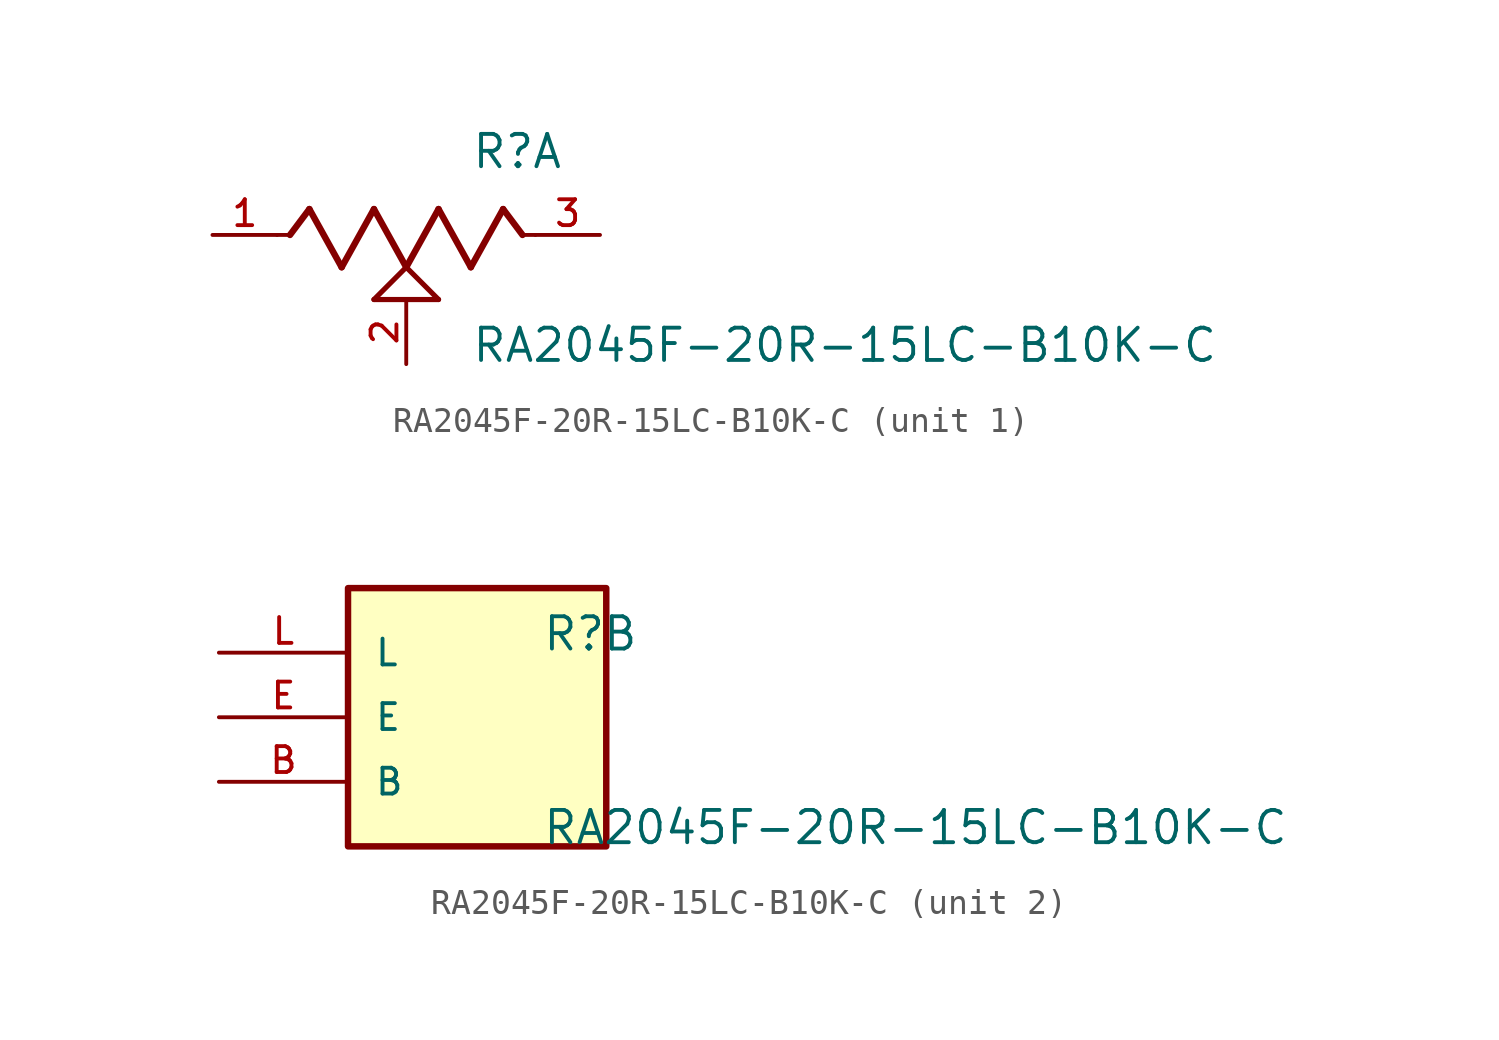
<source format=kicad_sym>
(kicad_symbol_lib
  (version 20211014)
  (generator kicad_symbol_editor)
  (symbol "RA2045F-20R-15LC-B10K-C"
    (pin_names
      (offset 1.016))
    (property "Reference" "R"
      (at 2.54 2.54 0)
      (effects (font (size 1.27 1.27)) (justify bottom left)))
    (property "Value" "RA2045F-20R-15LC-B10K-C"
      (at 2.54 -5.08 0)
      (effects (font (size 1.27 1.27)) (justify bottom left)))
    (symbol "RA2045F-20R-15LC-B10K-C_1_0"
      (polyline (pts (xy -5.08 0.0) (xy -4.572 0.0)) (stroke (width 0.152)))
      (polyline (pts (xy -4.572 0.0) (xy -3.81 1.016)) (stroke (width 0.254)))
      (polyline (pts (xy -3.81 1.016) (xy -2.54 -1.27)) (stroke (width 0.254)))
      (polyline (pts (xy -2.54 -1.27) (xy -1.27 1.016)) (stroke (width 0.254)))
      (polyline (pts (xy -1.27 1.016) (xy 0.0 -1.27)) (stroke (width 0.254)))
      (polyline (pts (xy 0.0 -1.27) (xy 1.27 1.016)) (stroke (width 0.254)))
      (polyline (pts (xy 1.27 1.016) (xy 2.54 -1.27)) (stroke (width 0.254)))
      (polyline (pts (xy 2.54 -1.27) (xy 3.81 1.016)) (stroke (width 0.254)))
      (polyline (pts (xy 3.81 1.016) (xy 4.572 0.0)) (stroke (width 0.254)))
      (polyline (pts (xy 4.572 0.0) (xy 5.08 0.0)) (stroke (width 0.152)))
      (polyline (pts (xy 0.0 -1.27) (xy 1.27 -2.54)) (stroke (width 0.203)))
      (polyline (pts (xy -1.27 -2.54) (xy 0.0 -1.27)) (stroke (width 0.203)))
      (polyline (pts (xy 1.27 -2.54) (xy -1.27 -2.54)) (stroke (width 0.203)))
      (pin passive line (at -7.62 0.0 0) (length 2.54) (name "~" (effects (font (size 1.016 1.016)))) (number "1" (effects (font (size 1.016 1.016)))))
      (pin passive line (at 7.62 0.0 180.0) (length 2.54) (name "~" (effects (font (size 1.016 1.016)))) (number "3" (effects (font (size 1.016 1.016)))))
      (pin passive line (at 0.0 -5.08 90.0) (length 2.54) (name "~" (effects (font (size 1.016 1.016)))) (number "2" (effects (font (size 1.016 1.016))))))
    (symbol "RA2045F-20R-15LC-B10K-C_2_0"
      (rectangle (start -5.08 -5.08) (end 5.08 5.08) (stroke (width 0.254)) (fill (type background)))
      (pin passive line (at -10.16 -2.54 0) (length 5.08) (name "B" (effects (font (size 1.016 1.016)))) (number "B" (effects (font (size 1.016 1.016)))))
      (pin passive line (at -10.16 2.54 0) (length 5.08) (name "L" (effects (font (size 1.016 1.016)))) (number "L" (effects (font (size 1.016 1.016)))))
      (pin passive line (at -10.16 0.0 0) (length 5.08) (name "E" (effects (font (size 1.016 1.016)))) (number "E" (effects (font (size 1.016 1.016))))))))
</source>
